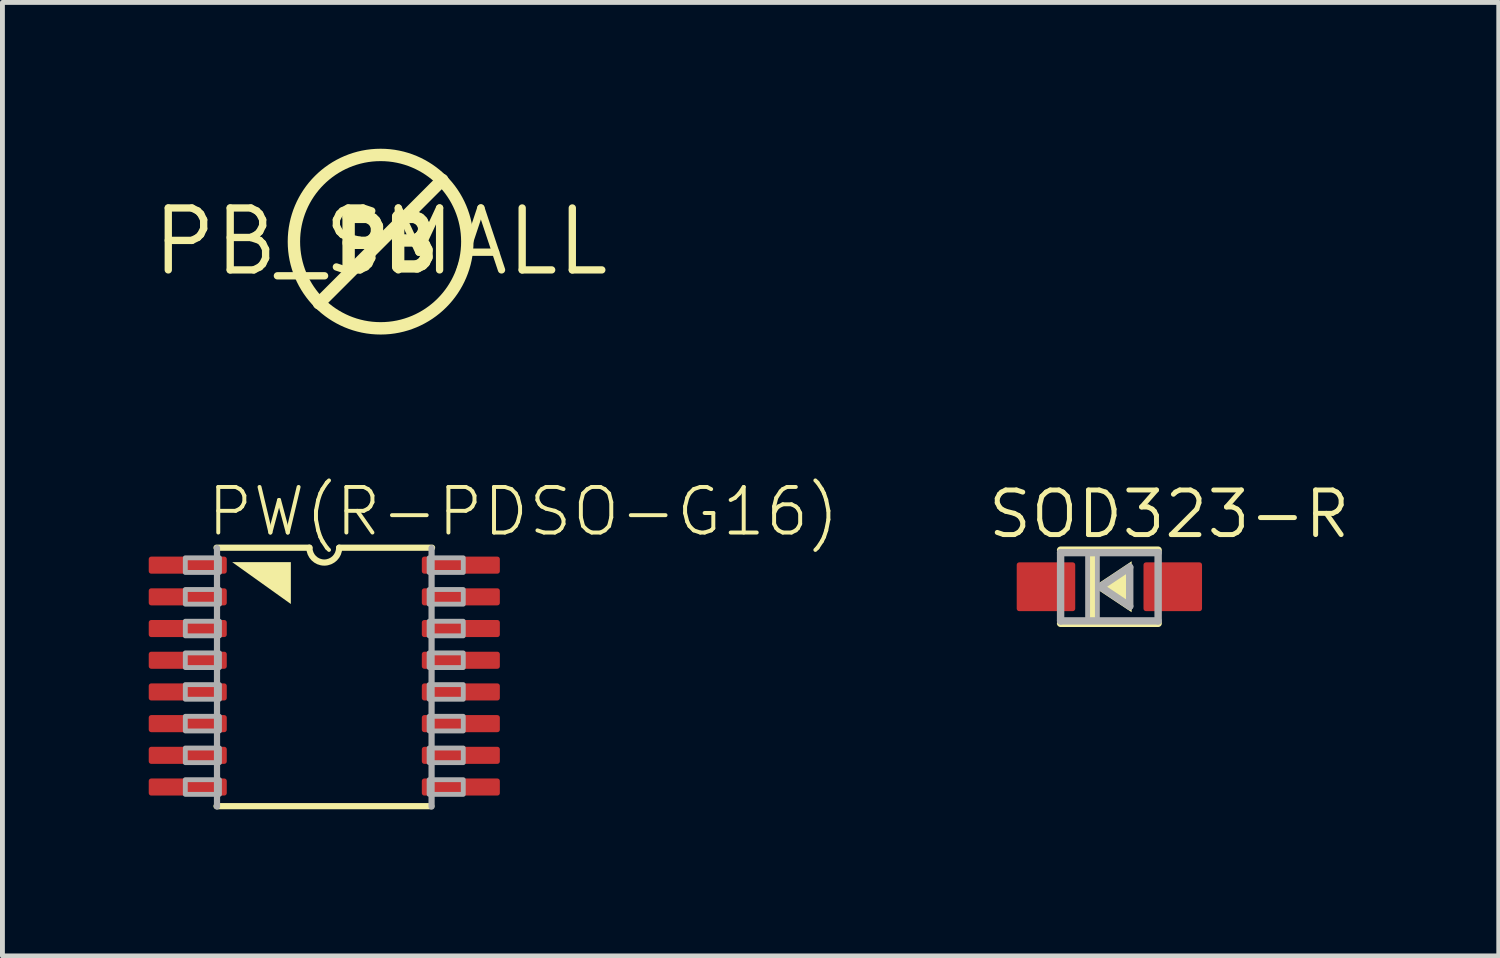
<source format=kicad_pcb>
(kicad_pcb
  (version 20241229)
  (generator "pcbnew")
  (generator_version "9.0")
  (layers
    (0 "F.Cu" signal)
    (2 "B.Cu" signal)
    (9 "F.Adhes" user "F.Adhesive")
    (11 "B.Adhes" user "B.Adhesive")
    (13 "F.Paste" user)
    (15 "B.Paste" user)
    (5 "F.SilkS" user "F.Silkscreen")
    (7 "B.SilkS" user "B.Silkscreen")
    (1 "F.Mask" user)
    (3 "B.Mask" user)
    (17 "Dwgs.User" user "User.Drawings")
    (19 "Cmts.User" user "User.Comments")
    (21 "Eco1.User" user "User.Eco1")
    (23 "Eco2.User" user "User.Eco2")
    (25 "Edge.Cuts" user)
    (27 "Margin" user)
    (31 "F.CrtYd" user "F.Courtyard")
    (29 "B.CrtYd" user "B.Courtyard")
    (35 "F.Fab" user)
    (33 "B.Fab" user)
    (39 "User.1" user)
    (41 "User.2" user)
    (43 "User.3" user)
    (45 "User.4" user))
  (footprint "PB_SMALL"
    (layer "F.Cu")
    (at 4.755 1.905)
    (property "Reference" "PB_SMALL" (at 0 0 0) (layer "F.SilkS") (effects (font (size 1.27 1.27) (thickness 0.15))))
    (fp_line (start -1.265 1.265) (end 1.265 -1.265) (stroke (width 0.254) (type solid)) (layer "F.SilkS"))
    (fp_circle (center 0 0) (end 1.778 0) (stroke (width 0.254) (type solid)) (fill no) (layer "F.SilkS"))
    (fp_text user "PB" (at -1.065 0.646 0) (layer "F.SilkS") (effects (font (size 1.016 1.016) (thickness 0.254)) (justify left bottom))))
  (footprint "SOD323-R"
    (layer "F.Cu")
    (at 19.699 8.982)
    (property "Reference" "SOD323-R" (at -2.54 -0.953 0) (layer "F.SilkS") (effects (font (size 0.914 0.914) (thickness 0.102)) (justify left bottom)))
    (fp_line (start -1 -0.75) (end 1 -0.75) (stroke (width 0.152) (type solid)) (layer "F.SilkS"))
    (fp_line (start 1 0.75) (end -1 0.75) (stroke (width 0.152) (type solid)) (layer "F.SilkS"))
    (fp_poly (pts (xy 0.457 0.523) (xy -0.328 0) (xy 0.457 -0.523)) (stroke (width 0) (type solid)) (fill yes) (layer "F.SilkS"))
    (fp_poly (pts (xy -0.446 0.7) (xy -0.246 0.7) (xy -0.246 -0.7) (xy -0.446 -0.7)) (stroke (width 0) (type solid)) (fill yes) (layer "F.SilkS"))
    (fp_line (start -1 -0.7) (end 1 -0.7) (stroke (width 0.152) (type solid)) (layer "F.Fab"))
    (fp_line (start -1 0.7) (end -1 -0.7) (stroke (width 0.152) (type solid)) (layer "F.Fab"))
    (fp_line (start -0.182 0) (end 0.417 -0.4) (stroke (width 0.152) (type solid)) (layer "F.Fab"))
    (fp_line (start 0.417 -0.4) (end 0.417 0.4) (stroke (width 0.152) (type solid)) (layer "F.Fab"))
    (fp_line (start 0.417 0.4) (end -0.182 0) (stroke (width 0.152) (type solid)) (layer "F.Fab"))
    (fp_line (start 1 -0.7) (end 1 0.7) (stroke (width 0.152) (type solid)) (layer "F.Fab"))
    (fp_line (start 1 0.7) (end -1 0.7) (stroke (width 0.152) (type solid)) (layer "F.Fab"))
    (fp_poly (pts (xy -0.446 0.7) (xy -0.246 0.7) (xy -0.246 -0.7) (xy -0.446 -0.7)) (stroke (width 0.1) (type solid)) (fill no) (layer "F.Fab"))
    (pad "A" smd roundrect (at 1.3 0) (size 1.2 1) (layers "F.Cu" "F.Mask" "F.Paste") (roundrect_rratio 0.051))
    (pad "C" smd roundrect (at -1.3 0) (size 1.2 1) (layers "F.Cu" "F.Mask" "F.Paste") (roundrect_rratio 0.051)))
  (footprint "PW(R-PDSO-G16)"
    (layer "F.Cu")
    (at 3.6 10.839)
    (property "Reference" "PW(R-PDSO-G16)" (at -2.45 -2.85 0) (layer "F.SilkS") (effects (font (size 0.935 0.935) (thickness 0.081)) (justify left bottom)))
    (fp_line (start -0.305 -2.658) (end -2.21 -2.658) (stroke (width 0.127) (type solid)) (layer "F.SilkS"))
    (fp_line (start 2.195 2.642) (end -2.21 2.642) (stroke (width 0.127) (type solid)) (layer "F.SilkS"))
    (fp_line (start 2.21 -2.658) (end 0.305 -2.658) (stroke (width 0.127) (type solid)) (layer "F.SilkS"))
    (fp_arc (start 0.3048 -2.6578) (mid 0 -2.353) (end -0.3048 -2.6578) (stroke (width 0.127) (type solid)) (layer "F.SilkS"))
    (fp_poly (pts (xy -0.686 -1.503) (xy -1.889 -2.362) (xy -0.686 -2.362)) (stroke (width 0) (type solid)) (fill yes) (layer "F.SilkS"))
    (fp_line (start -2.2 2.65) (end -2.2 -2.65) (stroke (width 0.127) (type solid)) (layer "F.Fab"))
    (fp_line (start 2.2 2.65) (end 2.2 -2.65) (stroke (width 0.127) (type solid)) (layer "F.Fab"))
    (fp_poly (pts (xy -2.85 -2.15) (xy -2.15 -2.15) (xy -2.15 -2.45) (xy -2.85 -2.45)) (stroke (width 0.1) (type solid)) (fill no) (layer "F.Fab"))
    (fp_poly (pts (xy -2.85 -1.5) (xy -2.15 -1.5) (xy -2.15 -1.8) (xy -2.85 -1.8)) (stroke (width 0.1) (type solid)) (fill no) (layer "F.Fab"))
    (fp_poly (pts (xy -2.85 -0.85) (xy -2.15 -0.85) (xy -2.15 -1.15) (xy -2.85 -1.15)) (stroke (width 0.1) (type solid)) (fill no) (layer "F.Fab"))
    (fp_poly (pts (xy -2.85 -0.2) (xy -2.15 -0.2) (xy -2.15 -0.5) (xy -2.85 -0.5)) (stroke (width 0.1) (type solid)) (fill no) (layer "F.Fab"))
    (fp_poly (pts (xy -2.85 0.45) (xy -2.15 0.45) (xy -2.15 0.15) (xy -2.85 0.15)) (stroke (width 0.1) (type solid)) (fill no) (layer "F.Fab"))
    (fp_poly (pts (xy -2.85 1.1) (xy -2.15 1.1) (xy -2.15 0.8) (xy -2.85 0.8)) (stroke (width 0.1) (type solid)) (fill no) (layer "F.Fab"))
    (fp_poly (pts (xy -2.85 1.75) (xy -2.15 1.75) (xy -2.15 1.45) (xy -2.85 1.45)) (stroke (width 0.1) (type solid)) (fill no) (layer "F.Fab"))
    (fp_poly (pts (xy -2.85 2.4) (xy -2.15 2.4) (xy -2.15 2.1) (xy -2.85 2.1)) (stroke (width 0.1) (type solid)) (fill no) (layer "F.Fab"))
    (fp_poly (pts (xy 2.15 -2.15) (xy 2.85 -2.15) (xy 2.85 -2.45) (xy 2.15 -2.45)) (stroke (width 0.1) (type solid)) (fill no) (layer "F.Fab"))
    (fp_poly (pts (xy 2.15 -1.5) (xy 2.85 -1.5) (xy 2.85 -1.8) (xy 2.15 -1.8)) (stroke (width 0.1) (type solid)) (fill no) (layer "F.Fab"))
    (fp_poly (pts (xy 2.15 -0.85) (xy 2.85 -0.85) (xy 2.85 -1.15) (xy 2.15 -1.15)) (stroke (width 0.1) (type solid)) (fill no) (layer "F.Fab"))
    (fp_poly (pts (xy 2.15 -0.2) (xy 2.85 -0.2) (xy 2.85 -0.5) (xy 2.15 -0.5)) (stroke (width 0.1) (type solid)) (fill no) (layer "F.Fab"))
    (fp_poly (pts (xy 2.15 0.45) (xy 2.85 0.45) (xy 2.85 0.15) (xy 2.15 0.15)) (stroke (width 0.1) (type solid)) (fill no) (layer "F.Fab"))
    (fp_poly (pts (xy 2.15 1.1) (xy 2.85 1.1) (xy 2.85 0.8) (xy 2.15 0.8)) (stroke (width 0.1) (type solid)) (fill no) (layer "F.Fab"))
    (fp_poly (pts (xy 2.15 1.75) (xy 2.85 1.75) (xy 2.85 1.45) (xy 2.15 1.45)) (stroke (width 0.1) (type solid)) (fill no) (layer "F.Fab"))
    (fp_poly (pts (xy 2.15 2.4) (xy 2.85 2.4) (xy 2.85 2.1) (xy 2.15 2.1)) (stroke (width 0.1) (type solid)) (fill no) (layer "F.Fab"))
    (pad "1" smd roundrect (at -2.8 -2.3) (size 1.6 0.35) (layers "F.Cu" "F.Mask" "F.Paste") (roundrect_rratio 0.145))
    (pad "2" smd roundrect (at -2.8 -1.65) (size 1.6 0.35) (layers "F.Cu" "F.Mask" "F.Paste") (roundrect_rratio 0.145))
    (pad "3" smd roundrect (at -2.8 -1) (size 1.6 0.35) (layers "F.Cu" "F.Mask" "F.Paste") (roundrect_rratio 0.145))
    (pad "4" smd roundrect (at -2.8 -0.35) (size 1.6 0.35) (layers "F.Cu" "F.Mask" "F.Paste") (roundrect_rratio 0.145))
    (pad "5" smd roundrect (at -2.8 0.3) (size 1.6 0.35) (layers "F.Cu" "F.Mask" "F.Paste") (roundrect_rratio 0.145))
    (pad "6" smd roundrect (at -2.8 0.95) (size 1.6 0.35) (layers "F.Cu" "F.Mask" "F.Paste") (roundrect_rratio 0.145))
    (pad "7" smd roundrect (at -2.8 1.6) (size 1.6 0.35) (layers "F.Cu" "F.Mask" "F.Paste") (roundrect_rratio 0.145))
    (pad "8" smd roundrect (at -2.8 2.25) (size 1.6 0.35) (layers "F.Cu" "F.Mask" "F.Paste") (roundrect_rratio 0.145))
    (pad "9" smd roundrect (at 2.8 2.25) (size 1.6 0.35) (layers "F.Cu" "F.Mask" "F.Paste") (roundrect_rratio 0.145))
    (pad "10" smd roundrect (at 2.8 1.6) (size 1.6 0.35) (layers "F.Cu" "F.Mask" "F.Paste") (roundrect_rratio 0.145))
    (pad "11" smd roundrect (at 2.8 0.95) (size 1.6 0.35) (layers "F.Cu" "F.Mask" "F.Paste") (roundrect_rratio 0.145))
    (pad "12" smd roundrect (at 2.8 0.3) (size 1.6 0.35) (layers "F.Cu" "F.Mask" "F.Paste") (roundrect_rratio 0.145))
    (pad "13" smd roundrect (at 2.8 -0.35) (size 1.6 0.35) (layers "F.Cu" "F.Mask" "F.Paste") (roundrect_rratio 0.145))
    (pad "14" smd roundrect (at 2.8 -1) (size 1.6 0.35) (layers "F.Cu" "F.Mask" "F.Paste") (roundrect_rratio 0.145))
    (pad "15" smd roundrect (at 2.8 -1.65) (size 1.6 0.35) (layers "F.Cu" "F.Mask" "F.Paste") (roundrect_rratio 0.145))
    (pad "16" smd roundrect (at 2.8 -2.3) (size 1.6 0.35) (layers "F.Cu" "F.Mask" "F.Paste") (roundrect_rratio 0.145)))
  (gr_rect
    (start -3 -3)
    (end 27.684 16.552)
    (stroke (width 0.1) (type default))
    (fill no)
    (layer "Edge.Cuts")))
</source>
